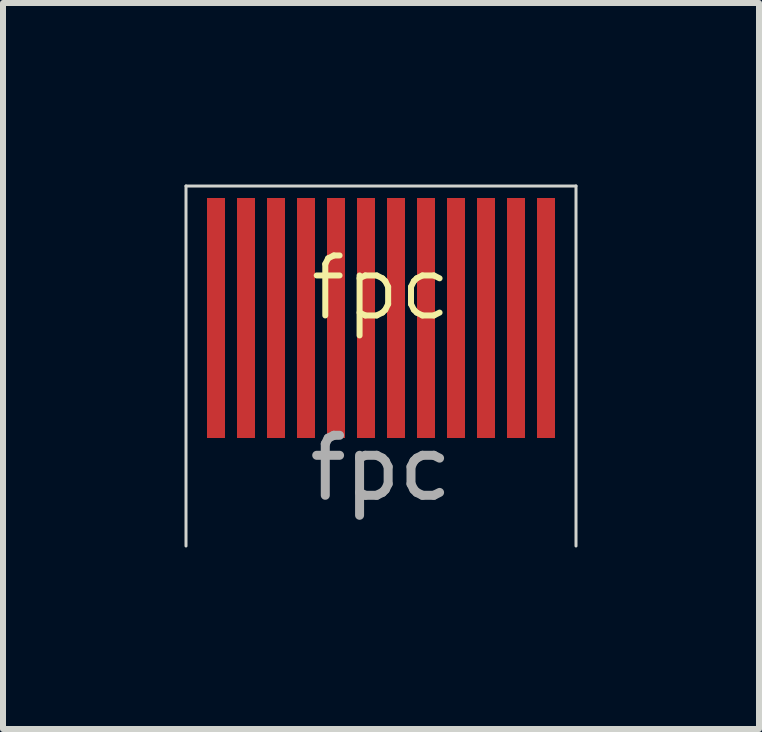
<source format=kicad_pcb>
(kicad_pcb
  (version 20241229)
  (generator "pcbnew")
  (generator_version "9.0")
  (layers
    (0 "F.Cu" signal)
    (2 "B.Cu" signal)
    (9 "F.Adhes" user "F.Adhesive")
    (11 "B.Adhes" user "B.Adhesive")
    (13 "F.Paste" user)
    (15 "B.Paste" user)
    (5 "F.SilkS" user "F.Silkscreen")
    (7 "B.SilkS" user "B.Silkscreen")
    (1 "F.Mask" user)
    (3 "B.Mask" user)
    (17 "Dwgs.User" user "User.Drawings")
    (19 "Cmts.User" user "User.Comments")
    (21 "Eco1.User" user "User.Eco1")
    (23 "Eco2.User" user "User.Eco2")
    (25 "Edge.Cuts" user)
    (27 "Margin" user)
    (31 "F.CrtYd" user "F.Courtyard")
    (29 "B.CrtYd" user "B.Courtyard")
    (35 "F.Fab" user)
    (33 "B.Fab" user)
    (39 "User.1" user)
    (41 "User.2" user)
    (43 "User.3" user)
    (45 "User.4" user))
  (footprint "fpc"
    (layer "F.Cu")
    (at 3.3 2.25)
    (property "Reference" "fpc" (at 0 -0.5 0) (unlocked yes) (layer "F.SilkS") (effects (font (size 1 1) (thickness 0.1))))
    (attr smd)
    (fp_line (start -3.25 -2.2) (end -3.25 3.8) (stroke (width 0.05) (type default)) (layer "Edge.Cuts"))
    (fp_line (start 3.25 -2.2) (end -3.25 -2.2) (stroke (width 0.05) (type default)) (layer "Edge.Cuts"))
    (fp_line (start 3.25 -2.2) (end 3.25 3.8) (stroke (width 0.05) (type default)) (layer "Edge.Cuts"))
    (fp_rect (start -3.25 -2.2) (end 3.25 3.8) (stroke (width 0.1) (type solid)) (fill no) (layer "User.3"))
    (fp_text user "${REFERENCE}" (at 0 2.5 0) (unlocked yes) (layer "F.Fab") (effects (font (size 1 1) (thickness 0.15))))
    (pad "1" smd rect (at -2.75 0) (size 0.3 4) (layers "F.Cu" "F.Mask" "F.Paste"))
    (pad "2" smd rect (at -2.25 0) (size 0.3 4) (layers "F.Cu" "F.Mask" "F.Paste"))
    (pad "3" smd rect (at -1.75 0) (size 0.3 4) (layers "F.Cu" "F.Mask" "F.Paste"))
    (pad "4" smd rect (at -1.25 0) (size 0.3 4) (layers "F.Cu" "F.Mask" "F.Paste"))
    (pad "5" smd rect (at -0.75 0) (size 0.3 4) (layers "F.Cu" "F.Mask" "F.Paste"))
    (pad "6" smd rect (at -0.25 0) (size 0.3 4) (layers "F.Cu" "F.Mask" "F.Paste"))
    (pad "7" smd rect (at 0.25 0) (size 0.3 4) (layers "F.Cu" "F.Mask" "F.Paste"))
    (pad "8" smd rect (at 0.75 0) (size 0.3 4) (layers "F.Cu" "F.Mask" "F.Paste"))
    (pad "9" smd rect (at 1.25 0) (size 0.3 4) (layers "F.Cu" "F.Mask" "F.Paste"))
    (pad "10" smd rect (at 1.75 0) (size 0.3 4) (layers "F.Cu" "F.Mask" "F.Paste"))
    (pad "11" smd rect (at 2.25 0) (size 0.3 4) (layers "F.Cu" "F.Mask" "F.Paste"))
    (pad "12" smd rect (at 2.75 0) (size 0.3 4) (layers "F.Cu" "F.Mask" "F.Paste")))
  (gr_rect
    (start -3 -3)
    (end 9.6 9.1)
    (stroke (width 0.1) (type default))
    (fill no)
    (layer "Edge.Cuts")))
</source>
